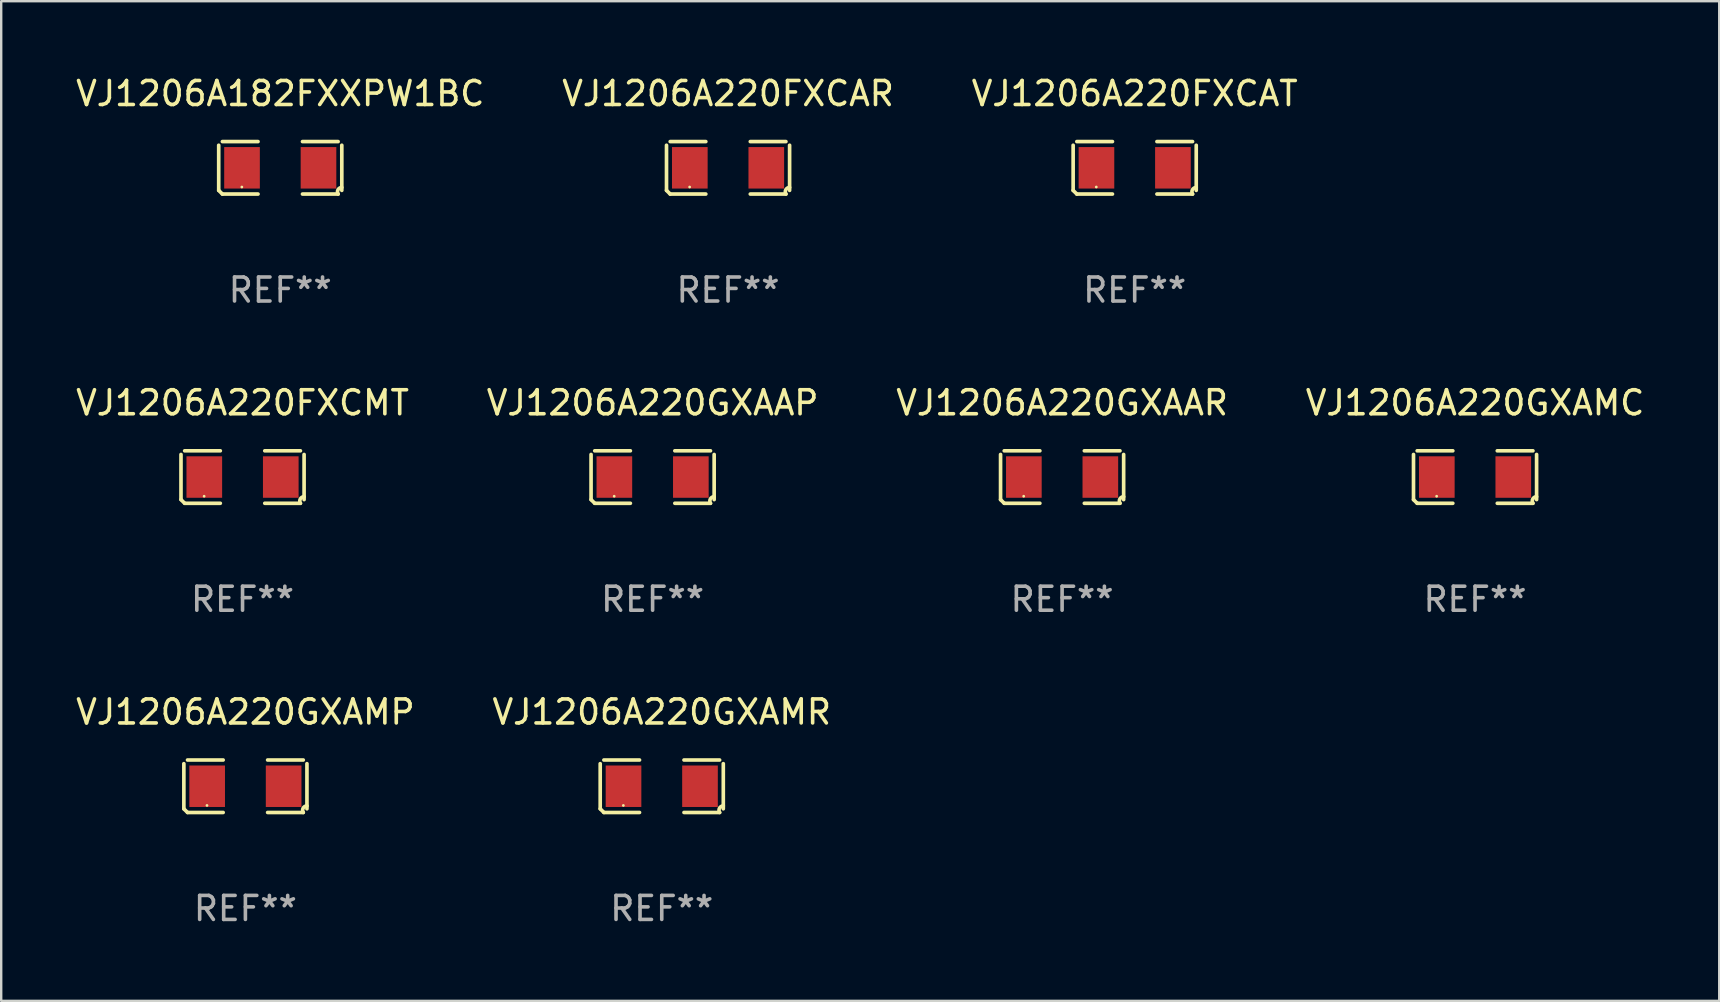
<source format=kicad_pcb>
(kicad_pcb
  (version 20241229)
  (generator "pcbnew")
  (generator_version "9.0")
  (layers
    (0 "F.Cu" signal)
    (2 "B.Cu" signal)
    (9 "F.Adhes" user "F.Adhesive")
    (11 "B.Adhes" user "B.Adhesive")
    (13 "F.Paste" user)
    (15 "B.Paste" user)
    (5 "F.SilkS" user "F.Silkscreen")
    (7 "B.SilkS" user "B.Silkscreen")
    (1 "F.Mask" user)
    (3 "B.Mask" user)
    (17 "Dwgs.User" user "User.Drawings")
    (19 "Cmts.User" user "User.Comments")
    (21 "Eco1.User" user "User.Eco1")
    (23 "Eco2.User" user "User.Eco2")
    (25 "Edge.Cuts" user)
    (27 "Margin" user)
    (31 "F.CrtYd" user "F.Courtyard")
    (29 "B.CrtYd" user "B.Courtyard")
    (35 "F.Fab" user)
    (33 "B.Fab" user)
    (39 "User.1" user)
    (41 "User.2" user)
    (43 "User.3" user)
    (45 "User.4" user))
  (footprint "VJ1206A220GXAAP"
    (layer "F.Cu")
    (at 24.137 16.823)
    (property "Reference" "VJ1206A220GXAAP" (at 0 -3.093 0) (layer "F.SilkS") (effects (font (size 1 1) (thickness 0.15))))
    (attr through_hole)
    (fp_line (start -2.564 0.94) (end -2.564 -0.94) (stroke (width 0.152) (type solid)) (layer "F.SilkS"))
    (fp_line (start -2.411 -1.093) (end -0.926 -1.093) (stroke (width 0.152) (type solid)) (layer "F.SilkS"))
    (fp_line (start -0.926 1.093) (end -2.411 1.093) (stroke (width 0.152) (type solid)) (layer "F.SilkS"))
    (fp_line (start 0.926 1.093) (end 2.411 1.093) (stroke (width 0.152) (type solid)) (layer "F.SilkS"))
    (fp_line (start 2.411 -1.093) (end 0.926 -1.093) (stroke (width 0.152) (type solid)) (layer "F.SilkS"))
    (fp_line (start 2.564 0.94) (end 2.564 -0.94) (stroke (width 0.152) (type solid)) (layer "F.SilkS"))
    (fp_arc (start -2.411201 1.092609) (mid -2.487413 1.01642) (end -2.563602 0.940208) (stroke (width 0.1524) (type solid)) (layer "F.SilkS"))
    (fp_arc (start 2.411201 1.092609) (mid 2.407159 0.911226) (end 2.563602 0.819347) (stroke (width 0.1524) (type solid)) (layer "F.SilkS"))
    (fp_circle (center -1.6 0.8) (end -1.57 0.8) (stroke (width 0.06) (type solid)) (fill no) (layer "F.SilkS"))
    (fp_text user "REF**" (at 0 5.093 0) (layer "F.Fab") (effects (font (size 1 1) (thickness 0.15))))
    (pad "1" smd rect (at -1.593 0) (size 1.485 1.728) (layers "F.Cu" "F.Mask" "F.Paste"))
    (pad "2" smd rect (at 1.593 0) (size 1.485 1.728) (layers "F.Cu" "F.Mask" "F.Paste")))
  (footprint "VJ1206A220FXCMT"
    (layer "F.Cu")
    (at 7.054 16.823)
    (property "Reference" "VJ1206A220FXCMT" (at 0 -3.093 0) (layer "F.SilkS") (effects (font (size 1 1) (thickness 0.15))))
    (attr through_hole)
    (fp_line (start -2.564 0.94) (end -2.564 -0.94) (stroke (width 0.152) (type solid)) (layer "F.SilkS"))
    (fp_line (start -2.411 -1.093) (end -0.926 -1.093) (stroke (width 0.152) (type solid)) (layer "F.SilkS"))
    (fp_line (start -0.926 1.093) (end -2.411 1.093) (stroke (width 0.152) (type solid)) (layer "F.SilkS"))
    (fp_line (start 0.926 1.093) (end 2.411 1.093) (stroke (width 0.152) (type solid)) (layer "F.SilkS"))
    (fp_line (start 2.411 -1.093) (end 0.926 -1.093) (stroke (width 0.152) (type solid)) (layer "F.SilkS"))
    (fp_line (start 2.564 0.94) (end 2.564 -0.94) (stroke (width 0.152) (type solid)) (layer "F.SilkS"))
    (fp_arc (start -2.411201 1.092609) (mid -2.487413 1.01642) (end -2.563602 0.940208) (stroke (width 0.1524) (type solid)) (layer "F.SilkS"))
    (fp_arc (start 2.411201 1.092609) (mid 2.407159 0.911226) (end 2.563602 0.819347) (stroke (width 0.1524) (type solid)) (layer "F.SilkS"))
    (fp_circle (center -1.6 0.8) (end -1.57 0.8) (stroke (width 0.06) (type solid)) (fill no) (layer "F.SilkS"))
    (fp_text user "REF**" (at 0 5.093 0) (layer "F.Fab") (effects (font (size 1 1) (thickness 0.15))))
    (pad "1" smd rect (at -1.593 0) (size 1.485 1.728) (layers "F.Cu" "F.Mask" "F.Paste"))
    (pad "2" smd rect (at 1.593 0) (size 1.485 1.728) (layers "F.Cu" "F.Mask" "F.Paste")))
  (footprint "VJ1206A220GXAMR"
    (layer "F.Cu")
    (at 24.518 29.704)
    (property "Reference" "VJ1206A220GXAMR" (at 0 -3.093 0) (layer "F.SilkS") (effects (font (size 1 1) (thickness 0.15))))
    (attr through_hole)
    (fp_line (start -2.564 0.94) (end -2.564 -0.94) (stroke (width 0.152) (type solid)) (layer "F.SilkS"))
    (fp_line (start -2.411 -1.093) (end -0.926 -1.093) (stroke (width 0.152) (type solid)) (layer "F.SilkS"))
    (fp_line (start -0.926 1.093) (end -2.411 1.093) (stroke (width 0.152) (type solid)) (layer "F.SilkS"))
    (fp_line (start 0.926 1.093) (end 2.411 1.093) (stroke (width 0.152) (type solid)) (layer "F.SilkS"))
    (fp_line (start 2.411 -1.093) (end 0.926 -1.093) (stroke (width 0.152) (type solid)) (layer "F.SilkS"))
    (fp_line (start 2.564 0.94) (end 2.564 -0.94) (stroke (width 0.152) (type solid)) (layer "F.SilkS"))
    (fp_arc (start -2.411201 1.092609) (mid -2.487413 1.01642) (end -2.563602 0.940208) (stroke (width 0.1524) (type solid)) (layer "F.SilkS"))
    (fp_arc (start 2.411201 1.092609) (mid 2.407159 0.911226) (end 2.563602 0.819347) (stroke (width 0.1524) (type solid)) (layer "F.SilkS"))
    (fp_circle (center -1.6 0.8) (end -1.57 0.8) (stroke (width 0.06) (type solid)) (fill no) (layer "F.SilkS"))
    (fp_text user "REF**" (at 0 5.093 0) (layer "F.Fab") (effects (font (size 1 1) (thickness 0.15))))
    (pad "1" smd rect (at -1.593 0) (size 1.485 1.728) (layers "F.Cu" "F.Mask" "F.Paste"))
    (pad "2" smd rect (at 1.593 0) (size 1.485 1.728) (layers "F.Cu" "F.Mask" "F.Paste")))
  (footprint "VJ1206A220GXAAR"
    (layer "F.Cu")
    (at 41.196 16.823)
    (property "Reference" "VJ1206A220GXAAR" (at 0 -3.093 0) (layer "F.SilkS") (effects (font (size 1 1) (thickness 0.15))))
    (attr through_hole)
    (fp_line (start -2.564 0.94) (end -2.564 -0.94) (stroke (width 0.152) (type solid)) (layer "F.SilkS"))
    (fp_line (start -2.411 -1.093) (end -0.926 -1.093) (stroke (width 0.152) (type solid)) (layer "F.SilkS"))
    (fp_line (start -0.926 1.093) (end -2.411 1.093) (stroke (width 0.152) (type solid)) (layer "F.SilkS"))
    (fp_line (start 0.926 1.093) (end 2.411 1.093) (stroke (width 0.152) (type solid)) (layer "F.SilkS"))
    (fp_line (start 2.411 -1.093) (end 0.926 -1.093) (stroke (width 0.152) (type solid)) (layer "F.SilkS"))
    (fp_line (start 2.564 0.94) (end 2.564 -0.94) (stroke (width 0.152) (type solid)) (layer "F.SilkS"))
    (fp_arc (start -2.411201 1.092609) (mid -2.487413 1.01642) (end -2.563602 0.940208) (stroke (width 0.1524) (type solid)) (layer "F.SilkS"))
    (fp_arc (start 2.411201 1.092609) (mid 2.407159 0.911226) (end 2.563602 0.819347) (stroke (width 0.1524) (type solid)) (layer "F.SilkS"))
    (fp_circle (center -1.6 0.8) (end -1.57 0.8) (stroke (width 0.06) (type solid)) (fill no) (layer "F.SilkS"))
    (fp_text user "REF**" (at 0 5.093 0) (layer "F.Fab") (effects (font (size 1 1) (thickness 0.15))))
    (pad "1" smd rect (at -1.593 0) (size 1.485 1.728) (layers "F.Cu" "F.Mask" "F.Paste"))
    (pad "2" smd rect (at 1.593 0) (size 1.485 1.728) (layers "F.Cu" "F.Mask" "F.Paste")))
  (footprint "VJ1206A220GXAMC"
    (layer "F.Cu")
    (at 58.399 16.823)
    (property "Reference" "VJ1206A220GXAMC" (at 0 -3.093 0) (layer "F.SilkS") (effects (font (size 1 1) (thickness 0.15))))
    (attr through_hole)
    (fp_line (start -2.564 0.94) (end -2.564 -0.94) (stroke (width 0.152) (type solid)) (layer "F.SilkS"))
    (fp_line (start -2.411 -1.093) (end -0.926 -1.093) (stroke (width 0.152) (type solid)) (layer "F.SilkS"))
    (fp_line (start -0.926 1.093) (end -2.411 1.093) (stroke (width 0.152) (type solid)) (layer "F.SilkS"))
    (fp_line (start 0.926 1.093) (end 2.411 1.093) (stroke (width 0.152) (type solid)) (layer "F.SilkS"))
    (fp_line (start 2.411 -1.093) (end 0.926 -1.093) (stroke (width 0.152) (type solid)) (layer "F.SilkS"))
    (fp_line (start 2.564 0.94) (end 2.564 -0.94) (stroke (width 0.152) (type solid)) (layer "F.SilkS"))
    (fp_arc (start -2.411201 1.092609) (mid -2.487413 1.01642) (end -2.563602 0.940208) (stroke (width 0.1524) (type solid)) (layer "F.SilkS"))
    (fp_arc (start 2.411201 1.092609) (mid 2.407159 0.911226) (end 2.563602 0.819347) (stroke (width 0.1524) (type solid)) (layer "F.SilkS"))
    (fp_circle (center -1.6 0.8) (end -1.57 0.8) (stroke (width 0.06) (type solid)) (fill no) (layer "F.SilkS"))
    (fp_text user "REF**" (at 0 5.093 0) (layer "F.Fab") (effects (font (size 1 1) (thickness 0.15))))
    (pad "1" smd rect (at -1.593 0) (size 1.485 1.728) (layers "F.Cu" "F.Mask" "F.Paste"))
    (pad "2" smd rect (at 1.593 0) (size 1.485 1.728) (layers "F.Cu" "F.Mask" "F.Paste")))
  (footprint "VJ1206A220FXCAR"
    (layer "F.Cu")
    (at 27.28 3.941)
    (property "Reference" "VJ1206A220FXCAR" (at 0 -3.093 0) (layer "F.SilkS") (effects (font (size 1 1) (thickness 0.15))))
    (attr through_hole)
    (fp_line (start -2.564 0.94) (end -2.564 -0.94) (stroke (width 0.152) (type solid)) (layer "F.SilkS"))
    (fp_line (start -2.411 -1.093) (end -0.926 -1.093) (stroke (width 0.152) (type solid)) (layer "F.SilkS"))
    (fp_line (start -0.926 1.093) (end -2.411 1.093) (stroke (width 0.152) (type solid)) (layer "F.SilkS"))
    (fp_line (start 0.926 1.093) (end 2.411 1.093) (stroke (width 0.152) (type solid)) (layer "F.SilkS"))
    (fp_line (start 2.411 -1.093) (end 0.926 -1.093) (stroke (width 0.152) (type solid)) (layer "F.SilkS"))
    (fp_line (start 2.564 0.94) (end 2.564 -0.94) (stroke (width 0.152) (type solid)) (layer "F.SilkS"))
    (fp_arc (start -2.411201 1.092609) (mid -2.487413 1.01642) (end -2.563602 0.940208) (stroke (width 0.1524) (type solid)) (layer "F.SilkS"))
    (fp_arc (start 2.411201 1.092609) (mid 2.407159 0.911226) (end 2.563602 0.819347) (stroke (width 0.1524) (type solid)) (layer "F.SilkS"))
    (fp_circle (center -1.6 0.8) (end -1.57 0.8) (stroke (width 0.06) (type solid)) (fill no) (layer "F.SilkS"))
    (fp_text user "REF**" (at 0 5.093 0) (layer "F.Fab") (effects (font (size 1 1) (thickness 0.15))))
    (pad "1" smd rect (at -1.593 0) (size 1.485 1.728) (layers "F.Cu" "F.Mask" "F.Paste"))
    (pad "2" smd rect (at 1.593 0) (size 1.485 1.728) (layers "F.Cu" "F.Mask" "F.Paste")))
  (footprint "VJ1206A182FXXPW1BC"
    (layer "F.Cu")
    (at 8.625 3.941)
    (property "Reference" "VJ1206A182FXXPW1BC" (at 0 -3.093 0) (layer "F.SilkS") (effects (font (size 1 1) (thickness 0.15))))
    (attr through_hole)
    (fp_line (start -2.564 0.94) (end -2.564 -0.94) (stroke (width 0.152) (type solid)) (layer "F.SilkS"))
    (fp_line (start -2.411 -1.093) (end -0.926 -1.093) (stroke (width 0.152) (type solid)) (layer "F.SilkS"))
    (fp_line (start -0.926 1.093) (end -2.411 1.093) (stroke (width 0.152) (type solid)) (layer "F.SilkS"))
    (fp_line (start 0.926 1.093) (end 2.411 1.093) (stroke (width 0.152) (type solid)) (layer "F.SilkS"))
    (fp_line (start 2.411 -1.093) (end 0.926 -1.093) (stroke (width 0.152) (type solid)) (layer "F.SilkS"))
    (fp_line (start 2.564 0.94) (end 2.564 -0.94) (stroke (width 0.152) (type solid)) (layer "F.SilkS"))
    (fp_arc (start -2.411201 1.092609) (mid -2.487413 1.01642) (end -2.563602 0.940208) (stroke (width 0.1524) (type solid)) (layer "F.SilkS"))
    (fp_arc (start 2.411201 1.092609) (mid 2.407159 0.911226) (end 2.563602 0.819347) (stroke (width 0.1524) (type solid)) (layer "F.SilkS"))
    (fp_circle (center -1.6 0.8) (end -1.57 0.8) (stroke (width 0.06) (type solid)) (fill no) (layer "F.SilkS"))
    (fp_text user "REF**" (at 0 5.093 0) (layer "F.Fab") (effects (font (size 1 1) (thickness 0.15))))
    (pad "1" smd rect (at -1.593 0) (size 1.485 1.728) (layers "F.Cu" "F.Mask" "F.Paste"))
    (pad "2" smd rect (at 1.593 0) (size 1.485 1.728) (layers "F.Cu" "F.Mask" "F.Paste")))
  (footprint "VJ1206A220GXAMP"
    (layer "F.Cu")
    (at 7.173 29.704)
    (property "Reference" "VJ1206A220GXAMP" (at 0 -3.093 0) (layer "F.SilkS") (effects (font (size 1 1) (thickness 0.15))))
    (attr through_hole)
    (fp_line (start -2.564 0.94) (end -2.564 -0.94) (stroke (width 0.152) (type solid)) (layer "F.SilkS"))
    (fp_line (start -2.411 -1.093) (end -0.926 -1.093) (stroke (width 0.152) (type solid)) (layer "F.SilkS"))
    (fp_line (start -0.926 1.093) (end -2.411 1.093) (stroke (width 0.152) (type solid)) (layer "F.SilkS"))
    (fp_line (start 0.926 1.093) (end 2.411 1.093) (stroke (width 0.152) (type solid)) (layer "F.SilkS"))
    (fp_line (start 2.411 -1.093) (end 0.926 -1.093) (stroke (width 0.152) (type solid)) (layer "F.SilkS"))
    (fp_line (start 2.564 0.94) (end 2.564 -0.94) (stroke (width 0.152) (type solid)) (layer "F.SilkS"))
    (fp_arc (start -2.411201 1.092609) (mid -2.487413 1.01642) (end -2.563602 0.940208) (stroke (width 0.1524) (type solid)) (layer "F.SilkS"))
    (fp_arc (start 2.411201 1.092609) (mid 2.407159 0.911226) (end 2.563602 0.819347) (stroke (width 0.1524) (type solid)) (layer "F.SilkS"))
    (fp_circle (center -1.6 0.8) (end -1.57 0.8) (stroke (width 0.06) (type solid)) (fill no) (layer "F.SilkS"))
    (fp_text user "REF**" (at 0 5.093 0) (layer "F.Fab") (effects (font (size 1 1) (thickness 0.15))))
    (pad "1" smd rect (at -1.593 0) (size 1.485 1.728) (layers "F.Cu" "F.Mask" "F.Paste"))
    (pad "2" smd rect (at 1.593 0) (size 1.485 1.728) (layers "F.Cu" "F.Mask" "F.Paste")))
  (footprint "VJ1206A220FXCAT"
    (layer "F.Cu")
    (at 44.22 3.941)
    (property "Reference" "VJ1206A220FXCAT" (at 0 -3.093 0) (layer "F.SilkS") (effects (font (size 1 1) (thickness 0.15))))
    (attr through_hole)
    (fp_line (start -2.564 0.94) (end -2.564 -0.94) (stroke (width 0.152) (type solid)) (layer "F.SilkS"))
    (fp_line (start -2.411 -1.093) (end -0.926 -1.093) (stroke (width 0.152) (type solid)) (layer "F.SilkS"))
    (fp_line (start -0.926 1.093) (end -2.411 1.093) (stroke (width 0.152) (type solid)) (layer "F.SilkS"))
    (fp_line (start 0.926 1.093) (end 2.411 1.093) (stroke (width 0.152) (type solid)) (layer "F.SilkS"))
    (fp_line (start 2.411 -1.093) (end 0.926 -1.093) (stroke (width 0.152) (type solid)) (layer "F.SilkS"))
    (fp_line (start 2.564 0.94) (end 2.564 -0.94) (stroke (width 0.152) (type solid)) (layer "F.SilkS"))
    (fp_arc (start -2.411201 1.092609) (mid -2.487413 1.01642) (end -2.563602 0.940208) (stroke (width 0.1524) (type solid)) (layer "F.SilkS"))
    (fp_arc (start 2.411201 1.092609) (mid 2.407159 0.911226) (end 2.563602 0.819347) (stroke (width 0.1524) (type solid)) (layer "F.SilkS"))
    (fp_circle (center -1.6 0.8) (end -1.57 0.8) (stroke (width 0.06) (type solid)) (fill no) (layer "F.SilkS"))
    (fp_text user "REF**" (at 0 5.093 0) (layer "F.Fab") (effects (font (size 1 1) (thickness 0.15))))
    (pad "1" smd rect (at -1.593 0) (size 1.485 1.728) (layers "F.Cu" "F.Mask" "F.Paste"))
    (pad "2" smd rect (at 1.593 0) (size 1.485 1.728) (layers "F.Cu" "F.Mask" "F.Paste")))
  (gr_rect
    (start -3 -3)
    (end 68.571 38.645)
    (stroke (width 0.1) (type default))
    (fill no)
    (layer "Edge.Cuts")))
</source>
